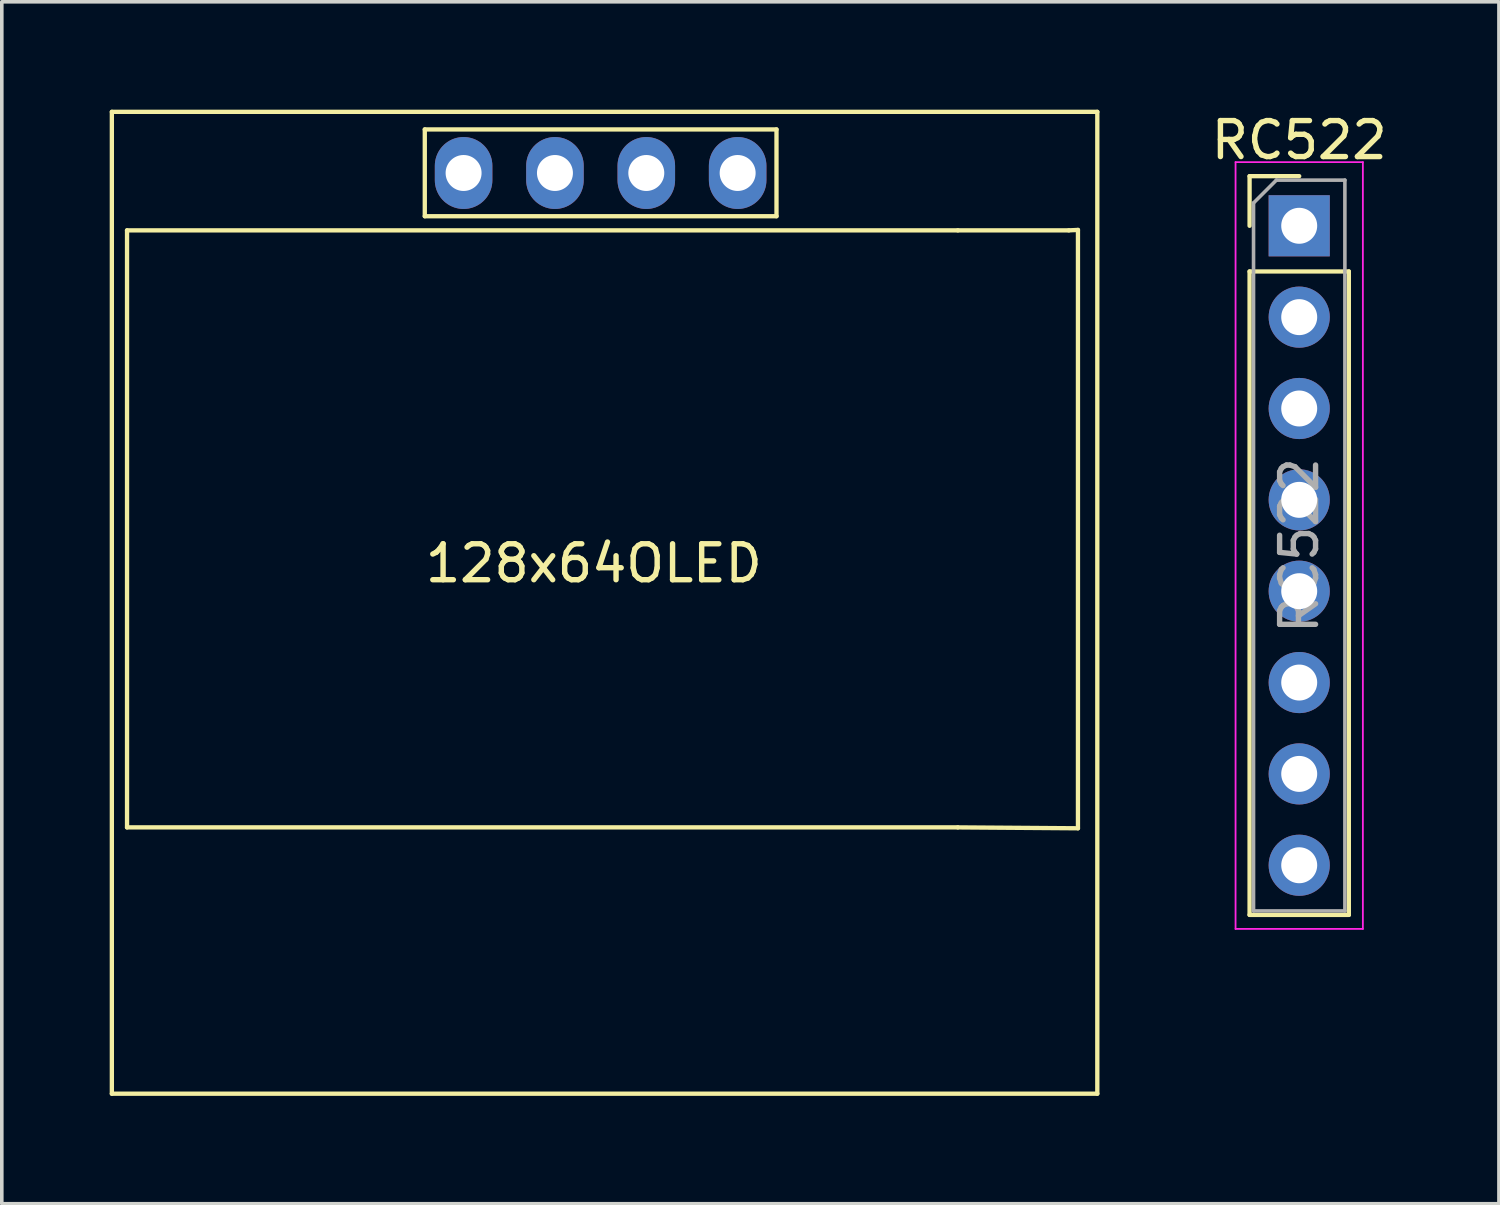
<source format=kicad_pcb>
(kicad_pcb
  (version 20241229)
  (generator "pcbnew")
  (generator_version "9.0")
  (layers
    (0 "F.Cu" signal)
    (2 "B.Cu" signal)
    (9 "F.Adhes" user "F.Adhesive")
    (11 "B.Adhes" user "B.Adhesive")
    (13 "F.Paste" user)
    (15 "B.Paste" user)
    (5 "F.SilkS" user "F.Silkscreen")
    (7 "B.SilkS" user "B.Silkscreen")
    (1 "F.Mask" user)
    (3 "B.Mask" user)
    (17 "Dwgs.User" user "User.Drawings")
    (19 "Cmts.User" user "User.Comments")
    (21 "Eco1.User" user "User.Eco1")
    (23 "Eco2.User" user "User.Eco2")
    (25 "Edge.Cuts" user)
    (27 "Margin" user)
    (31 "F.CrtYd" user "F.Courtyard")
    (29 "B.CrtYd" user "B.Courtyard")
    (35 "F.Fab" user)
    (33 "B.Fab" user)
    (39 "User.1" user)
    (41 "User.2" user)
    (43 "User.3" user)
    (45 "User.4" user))
  (footprint "128x64OLED"
    (layer "F.Cu")
    (at 13.46 12.36)
    (property "Reference" "128x64OLED" (at 0 0.254 0) (layer "F.SilkS") (effects (font (size 1 1) (thickness 0.15))))
    (attr through_hole)
    (fp_line (start -13.4 -12.3) (end 14 -12.3) (stroke (width 0.12) (type solid)) (layer "F.SilkS"))
    (fp_line (start -13.4 15) (end -13.4 -12.3) (stroke (width 0.12) (type solid)) (layer "F.SilkS"))
    (fp_line (start -12.978 -9.005) (end 10.122 -9.005) (stroke (width 0.12) (type solid)) (layer "F.SilkS"))
    (fp_line (start -12.978 7.595) (end -12.978 -9.005) (stroke (width 0.12) (type solid)) (layer "F.SilkS"))
    (fp_line (start -4.699 -11.811) (end -4.699 -9.398) (stroke (width 0.12) (type solid)) (layer "F.SilkS"))
    (fp_line (start -4.699 -11.811) (end 5.08 -11.811) (stroke (width 0.12) (type solid)) (layer "F.SilkS"))
    (fp_line (start 5.08 -11.811) (end 5.08 -9.398) (stroke (width 0.12) (type solid)) (layer "F.SilkS"))
    (fp_line (start 5.08 -9.398) (end -4.699 -9.398) (stroke (width 0.12) (type solid)) (layer "F.SilkS"))
    (fp_line (start 10.122 -9.005) (end 13.208 -9.005) (stroke (width 0.12) (type solid)) (layer "F.SilkS"))
    (fp_line (start 10.122 7.595) (end -12.978 7.595) (stroke (width 0.12) (type solid)) (layer "F.SilkS"))
    (fp_line (start 10.122 7.595) (end 13.462 7.62) (stroke (width 0.12) (type solid)) (layer "F.SilkS"))
    (fp_line (start 13.462 -9.017) (end 13.208 -9.005) (stroke (width 0.12) (type solid)) (layer "F.SilkS"))
    (fp_line (start 13.462 7.62) (end 13.462 -9.017) (stroke (width 0.12) (type solid)) (layer "F.SilkS"))
    (fp_line (start 14 -12.3) (end 14 15) (stroke (width 0.12) (type solid)) (layer "F.SilkS"))
    (fp_line (start 14 15) (end -13.4 15) (stroke (width 0.12) (type solid)) (layer "F.SilkS"))
    (pad "1" thru_hole oval (at -3.62 -10.6 90) (size 2 1.6) (drill 1) (layers "*.Cu" "*.Mask"))
    (pad "2" thru_hole oval (at -1.08 -10.6 90) (size 2 1.6) (drill 1) (layers "*.Cu" "*.Mask"))
    (pad "3" thru_hole oval (at 1.46 -10.6 90) (size 2 1.6) (drill 1) (layers "*.Cu" "*.Mask"))
    (pad "4" thru_hole oval (at 4 -10.6 90) (size 2 1.6) (drill 1) (layers "*.Cu" "*.Mask")))
  (footprint "RC522"
    (layer "F.Cu")
    (at 33.074 3.228)
    (property "Reference" "RC522" (at 0 -2.38 0) (layer "F.SilkS") (effects (font (size 1 1) (thickness 0.15))))
    (attr through_hole)
    (fp_line (start -1.38 -1.38) (end 0 -1.38) (stroke (width 0.12) (type solid)) (layer "F.SilkS"))
    (fp_line (start -1.38 0) (end -1.38 -1.38) (stroke (width 0.12) (type solid)) (layer "F.SilkS"))
    (fp_line (start -1.38 1.27) (end -1.38 19.16) (stroke (width 0.12) (type solid)) (layer "F.SilkS"))
    (fp_line (start -1.38 1.27) (end 1.38 1.27) (stroke (width 0.12) (type solid)) (layer "F.SilkS"))
    (fp_line (start -1.38 19.16) (end 1.38 19.16) (stroke (width 0.12) (type solid)) (layer "F.SilkS"))
    (fp_line (start 1.38 1.27) (end 1.38 19.16) (stroke (width 0.12) (type solid)) (layer "F.SilkS"))
    (fp_line (start -1.77 -1.77) (end -1.77 19.55) (stroke (width 0.05) (type solid)) (layer "F.CrtYd"))
    (fp_line (start -1.77 19.55) (end 1.77 19.55) (stroke (width 0.05) (type solid)) (layer "F.CrtYd"))
    (fp_line (start 1.77 -1.77) (end -1.77 -1.77) (stroke (width 0.05) (type solid)) (layer "F.CrtYd"))
    (fp_line (start 1.77 19.55) (end 1.77 -1.77) (stroke (width 0.05) (type solid)) (layer "F.CrtYd"))
    (fp_line (start -1.27 -0.635) (end -0.635 -1.27) (stroke (width 0.1) (type solid)) (layer "F.Fab"))
    (fp_line (start -1.27 19.05) (end -1.27 -0.635) (stroke (width 0.1) (type solid)) (layer "F.Fab"))
    (fp_line (start -0.635 -1.27) (end 1.27 -1.27) (stroke (width 0.1) (type solid)) (layer "F.Fab"))
    (fp_line (start 1.27 -1.27) (end 1.27 19.05) (stroke (width 0.1) (type solid)) (layer "F.Fab"))
    (fp_line (start 1.27 19.05) (end -1.27 19.05) (stroke (width 0.1) (type solid)) (layer "F.Fab"))
    (fp_text user "${REFERENCE}" (at 0 8.89 90) (layer "F.Fab") (effects (font (size 1 1) (thickness 0.15))))
    (pad "1" thru_hole rect (at 0 0) (size 1.7 1.7) (drill 1) (layers "*.Cu" "*.Mask"))
    (pad "2" thru_hole circle (at 0 2.54) (size 1.7 1.7) (drill 1) (layers "*.Cu" "*.Mask"))
    (pad "3" thru_hole circle (at 0 5.08) (size 1.7 1.7) (drill 1) (layers "*.Cu" "*.Mask"))
    (pad "4" thru_hole circle (at 0 7.62) (size 1.7 1.7) (drill 1) (layers "*.Cu" "*.Mask"))
    (pad "5" thru_hole circle (at 0 10.16) (size 1.7 1.7) (drill 1) (layers "*.Cu" "*.Mask"))
    (pad "6" thru_hole circle (at 0 12.7) (size 1.7 1.7) (drill 1) (layers "*.Cu" "*.Mask"))
    (pad "7" thru_hole circle (at 0 15.24) (size 1.7 1.7) (drill 1) (layers "*.Cu" "*.Mask"))
    (pad "8" thru_hole circle (at 0 17.78) (size 1.7 1.7) (drill 1) (layers "*.Cu" "*.Mask")))
  (gr_rect
    (start -3 -3)
    (end 38.627 30.42)
    (stroke (width 0.1) (type default))
    (fill no)
    (layer "Edge.Cuts")))
</source>
